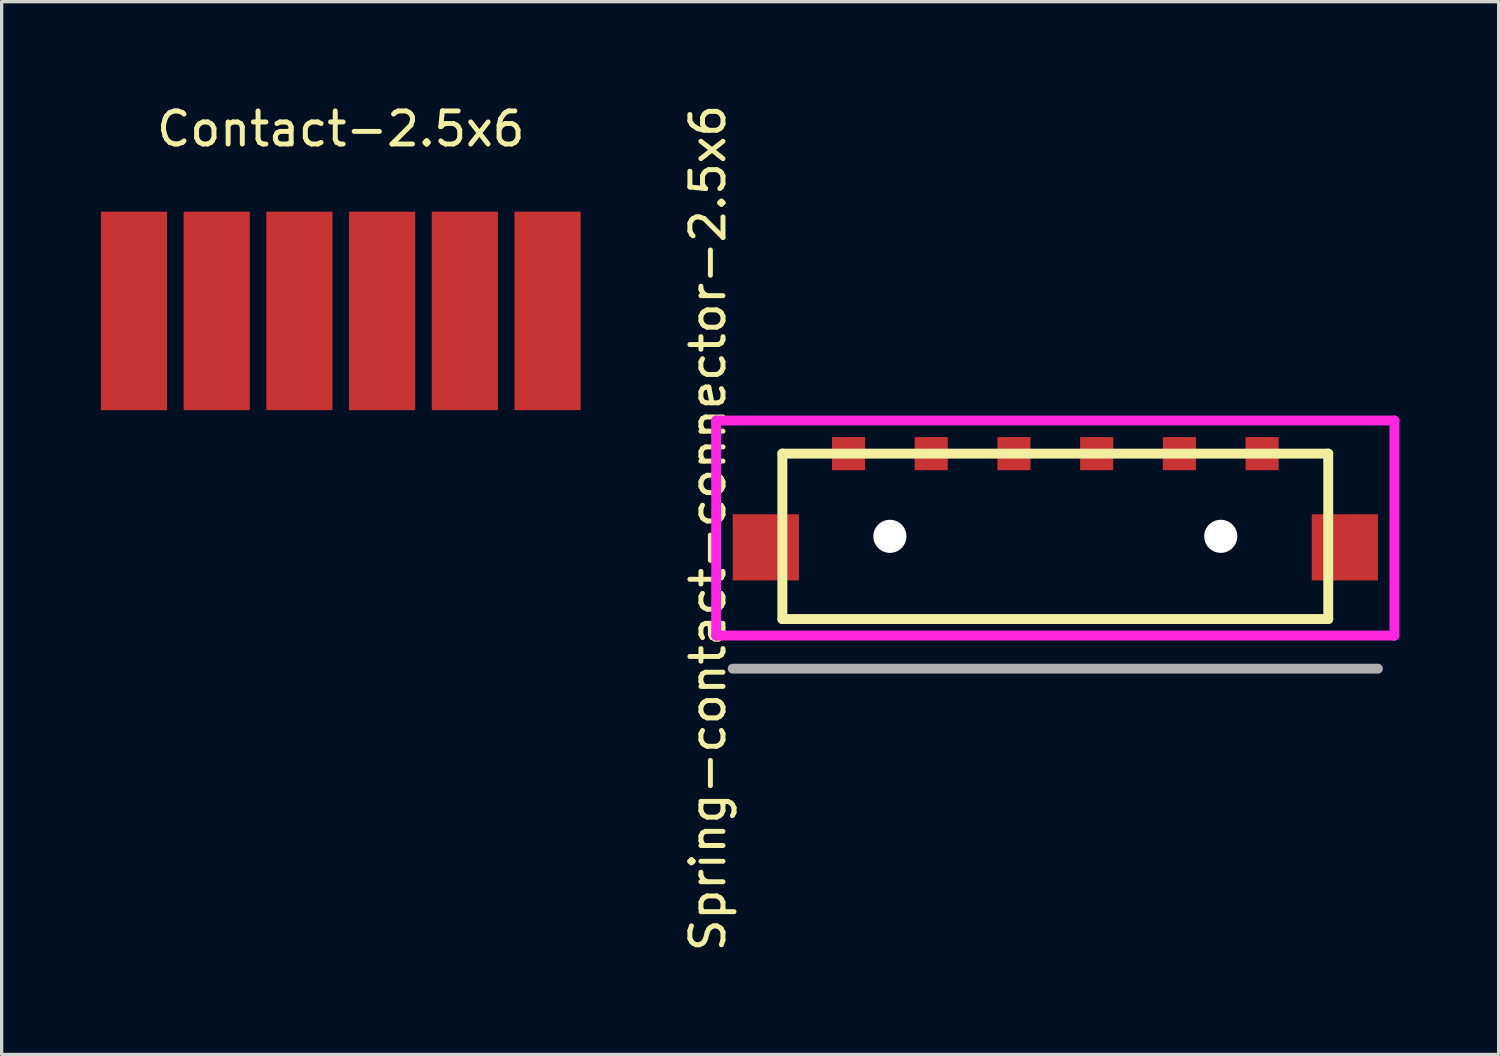
<source format=kicad_pcb>
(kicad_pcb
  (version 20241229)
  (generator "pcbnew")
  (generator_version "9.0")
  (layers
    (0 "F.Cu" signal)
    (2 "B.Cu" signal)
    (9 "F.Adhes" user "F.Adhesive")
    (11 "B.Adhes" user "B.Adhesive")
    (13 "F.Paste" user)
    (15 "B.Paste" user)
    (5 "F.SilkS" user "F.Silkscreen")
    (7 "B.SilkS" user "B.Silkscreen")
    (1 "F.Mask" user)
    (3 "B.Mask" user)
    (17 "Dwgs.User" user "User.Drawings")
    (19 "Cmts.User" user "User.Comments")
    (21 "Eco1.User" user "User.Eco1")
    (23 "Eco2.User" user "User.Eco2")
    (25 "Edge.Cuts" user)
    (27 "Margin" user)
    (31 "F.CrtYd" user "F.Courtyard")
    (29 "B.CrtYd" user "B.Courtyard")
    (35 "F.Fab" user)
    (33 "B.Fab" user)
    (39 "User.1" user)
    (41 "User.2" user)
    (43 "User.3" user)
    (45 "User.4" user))
  (footprint "Spring-contact-connector-2.5x6"
    (layer "F.Cu")
    (at 28.848 13.161)
    (property "Reference" "Spring-contact-connector-2.5x6" (at -10.5 -0.25 90) (layer "F.SilkS") (effects (font (size 1 1) (thickness 0.15))))
    (attr through_hole)
    (fp_line (start -8.25 -2.5) (end -8.25 2.5) (stroke (width 0.3) (type solid)) (layer "F.SilkS"))
    (fp_line (start -8.25 2.5) (end 8.25 2.5) (stroke (width 0.3) (type solid)) (layer "F.SilkS"))
    (fp_line (start 8.25 -2.5) (end -8.25 -2.5) (stroke (width 0.3) (type solid)) (layer "F.SilkS"))
    (fp_line (start 8.25 2.5) (end 8.25 -2.5) (stroke (width 0.3) (type solid)) (layer "F.SilkS"))
    (fp_line (start -10.25 -3.5) (end 10.25 -3.5) (stroke (width 0.3) (type solid)) (layer "F.CrtYd"))
    (fp_line (start -10.25 3) (end -10.25 -3.5) (stroke (width 0.3) (type solid)) (layer "F.CrtYd"))
    (fp_line (start 10.25 -3.5) (end 10.25 3) (stroke (width 0.3) (type solid)) (layer "F.CrtYd"))
    (fp_line (start 10.25 3) (end -10.25 3) (stroke (width 0.3) (type solid)) (layer "F.CrtYd"))
    (fp_line (start -9.75 4) (end 9.75 4) (stroke (width 0.3) (type solid)) (layer "F.Fab"))
    (pad "" np_thru_hole circle (at -5 0) (size 1 1) (drill 1) (layers "*.Cu" "*.Mask"))
    (pad "" np_thru_hole circle (at 5 0) (size 1 1) (drill 1) (layers "*.Cu" "*.Mask"))
    (pad "1" smd rect (at 6.25 -2.5) (size 1 1) (layers "F.Cu" "F.Mask" "F.Paste"))
    (pad "2" smd rect (at 3.75 -2.5) (size 1 1) (layers "F.Cu" "F.Mask" "F.Paste"))
    (pad "3" smd rect (at 1.25 -2.5) (size 1 1) (layers "F.Cu" "F.Mask" "F.Paste"))
    (pad "4" smd rect (at -1.25 -2.5) (size 1 1) (layers "F.Cu" "F.Mask" "F.Paste"))
    (pad "5" smd rect (at -3.75 -2.5) (size 1 1) (layers "F.Cu" "F.Mask" "F.Paste"))
    (pad "6" smd rect (at -6.25 -2.5) (size 1 1) (layers "F.Cu" "F.Mask" "F.Paste"))
    (pad "~" smd rect (at -8.75 0.333) (size 2 2) (layers "F.Cu" "F.Mask" "F.Paste"))
    (pad "~" smd rect (at 8.75 0.333) (size 2 2) (layers "F.Cu" "F.Mask" "F.Paste")))
  (footprint "Contact-2.5x6"
    (layer "F.Cu")
    (at 7.25 7.348)
    (property "Reference" "Contact-2.5x6" (at 0 -6.5 180) (layer "F.SilkS") (effects (font (size 1 1) (thickness 0.15))))
    (attr through_hole)
    (pad "1" smd rect (at -6.25 -1) (size 2 6) (layers "F.Cu" "F.Mask" "F.Paste"))
    (pad "2" smd rect (at -3.75 -1) (size 2 6) (layers "F.Cu" "F.Mask" "F.Paste"))
    (pad "3" smd rect (at -1.25 -1) (size 2 6) (layers "F.Cu" "F.Mask" "F.Paste"))
    (pad "4" smd rect (at 1.25 -1) (size 2 6) (layers "F.Cu" "F.Mask" "F.Paste"))
    (pad "5" smd rect (at 3.75 -1) (size 2 6) (layers "F.Cu" "F.Mask" "F.Paste"))
    (pad "6" smd rect (at 6.25 -1) (size 2 6) (layers "F.Cu" "F.Mask" "F.Paste")))
  (gr_rect
    (start -3 -3)
    (end 42.248 28.821)
    (stroke (width 0.1) (type default))
    (fill no)
    (layer "Edge.Cuts")))
</source>
